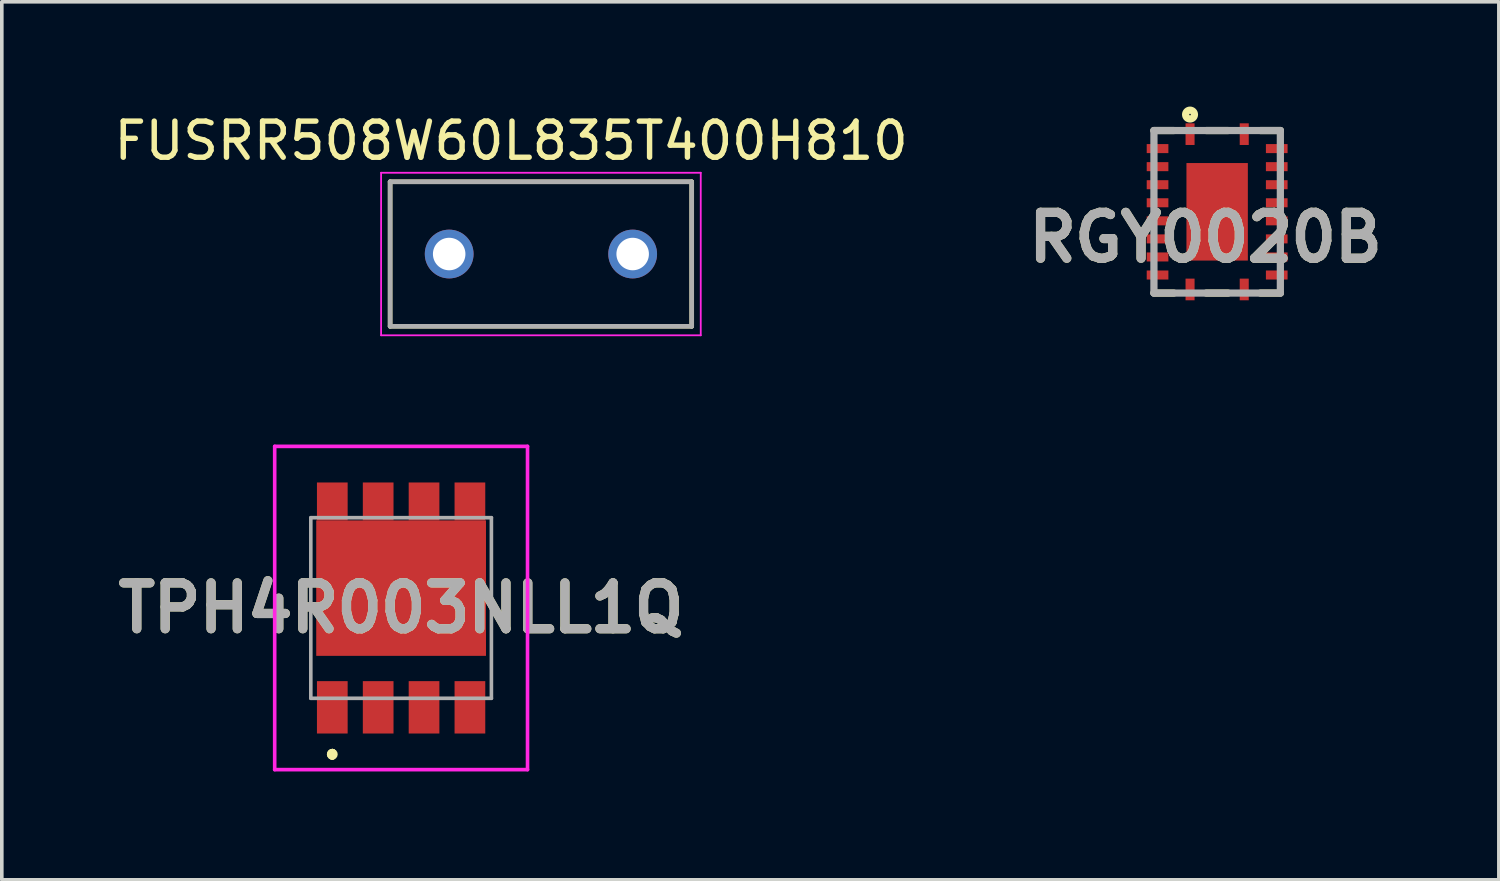
<source format=kicad_pcb>
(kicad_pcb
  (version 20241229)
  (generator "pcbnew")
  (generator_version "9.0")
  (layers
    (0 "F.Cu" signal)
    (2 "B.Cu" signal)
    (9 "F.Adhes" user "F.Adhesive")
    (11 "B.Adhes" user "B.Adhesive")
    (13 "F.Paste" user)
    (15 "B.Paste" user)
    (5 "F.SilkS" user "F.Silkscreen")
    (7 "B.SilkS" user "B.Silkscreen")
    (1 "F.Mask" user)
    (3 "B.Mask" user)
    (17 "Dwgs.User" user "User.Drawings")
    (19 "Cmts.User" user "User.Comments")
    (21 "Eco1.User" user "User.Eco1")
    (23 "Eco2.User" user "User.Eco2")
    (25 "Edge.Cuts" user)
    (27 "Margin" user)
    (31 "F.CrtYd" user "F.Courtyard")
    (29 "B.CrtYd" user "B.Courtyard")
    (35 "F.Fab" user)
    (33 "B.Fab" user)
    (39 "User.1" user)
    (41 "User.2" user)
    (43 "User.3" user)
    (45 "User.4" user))
  (footprint "RGY0020B"
    (layer "F.Cu")
    (at 30.648 2.814)
    (property "Reference" "RGY0020B" (at -0.323 0.711 0) (layer "F.SilkS") (effects (font (size 1.27 1.27) (thickness 0.254))))
    (attr smd)
    (fp_line (start -1.75 -2.25) (end -1.2 -2.25) (stroke (width 0.2) (type solid)) (layer "F.SilkS"))
    (fp_line (start -1.75 2.25) (end -1.2 2.25) (stroke (width 0.2) (type solid)) (layer "F.SilkS"))
    (fp_line (start -0.3 -2.25) (end 0.3 -2.25) (stroke (width 0.2) (type solid)) (layer "F.SilkS"))
    (fp_line (start -0.3 2.25) (end 0.3 2.25) (stroke (width 0.2) (type solid)) (layer "F.SilkS"))
    (fp_line (start 1.75 -2.25) (end 1.2 -2.25) (stroke (width 0.2) (type solid)) (layer "F.SilkS"))
    (fp_line (start 1.75 2.25) (end 1.2 2.25) (stroke (width 0.2) (type solid)) (layer "F.SilkS"))
    (fp_circle (center -0.751 -2.692) (end -0.751 -2.67) (stroke (width 0.2) (type solid)) (fill no) (layer "F.SilkS"))
    (fp_line (start -1.75 -2.25) (end 1.75 -2.25) (stroke (width 0.2) (type solid)) (layer "F.Fab"))
    (fp_line (start -1.75 2.25) (end -1.75 -2.25) (stroke (width 0.2) (type solid)) (layer "F.Fab"))
    (fp_line (start 1.75 -2.25) (end 1.75 2.25) (stroke (width 0.2) (type solid)) (layer "F.Fab"))
    (fp_line (start 1.75 2.25) (end -1.75 2.25) (stroke (width 0.2) (type solid)) (layer "F.Fab"))
    (fp_text user "${REFERENCE}" (at -0.323 0.711 0) (layer "F.Fab") (effects (font (size 1.27 1.27) (thickness 0.254))))
    (pad "1" smd rect (at -0.75 -2.15) (size 0.25 0.6) (layers "F.Cu" "F.Mask" "F.Paste"))
    (pad "2" smd rect (at -1.65 -1.75 90) (size 0.25 0.6) (layers "F.Cu" "F.Mask" "F.Paste"))
    (pad "3" smd rect (at -1.65 -1.25 90) (size 0.25 0.6) (layers "F.Cu" "F.Mask" "F.Paste"))
    (pad "4" smd rect (at -1.65 -0.75 90) (size 0.25 0.6) (layers "F.Cu" "F.Mask" "F.Paste"))
    (pad "5" smd rect (at -1.65 -0.25 90) (size 0.25 0.6) (layers "F.Cu" "F.Mask" "F.Paste"))
    (pad "6" smd rect (at -1.65 0.25 90) (size 0.25 0.6) (layers "F.Cu" "F.Mask" "F.Paste"))
    (pad "7" smd rect (at -1.65 0.75 90) (size 0.25 0.6) (layers "F.Cu" "F.Mask" "F.Paste"))
    (pad "8" smd rect (at -1.65 1.25 90) (size 0.25 0.6) (layers "F.Cu" "F.Mask" "F.Paste"))
    (pad "9" smd rect (at -1.65 1.75 90) (size 0.25 0.6) (layers "F.Cu" "F.Mask" "F.Paste"))
    (pad "10" smd rect (at -0.75 2.15) (size 0.25 0.6) (layers "F.Cu" "F.Mask" "F.Paste"))
    (pad "11" smd rect (at 0.75 2.15) (size 0.25 0.6) (layers "F.Cu" "F.Mask" "F.Paste"))
    (pad "12" smd rect (at 1.65 1.75 90) (size 0.25 0.6) (layers "F.Cu" "F.Mask" "F.Paste"))
    (pad "13" smd rect (at 1.65 1.25 90) (size 0.25 0.6) (layers "F.Cu" "F.Mask" "F.Paste"))
    (pad "14" smd rect (at 1.65 0.75 90) (size 0.25 0.6) (layers "F.Cu" "F.Mask" "F.Paste"))
    (pad "15" smd rect (at 1.65 0.25 90) (size 0.25 0.6) (layers "F.Cu" "F.Mask" "F.Paste"))
    (pad "16" smd rect (at 1.65 -0.25 90) (size 0.25 0.6) (layers "F.Cu" "F.Mask" "F.Paste"))
    (pad "17" smd rect (at 1.65 -0.75 90) (size 0.25 0.6) (layers "F.Cu" "F.Mask" "F.Paste"))
    (pad "18" smd rect (at 1.65 -1.25 90) (size 0.25 0.6) (layers "F.Cu" "F.Mask" "F.Paste"))
    (pad "19" smd rect (at 1.65 -1.75 90) (size 0.25 0.6) (layers "F.Cu" "F.Mask" "F.Paste"))
    (pad "20" smd rect (at 0.75 -2.15) (size 0.25 0.6) (layers "F.Cu" "F.Mask" "F.Paste"))
    (pad "21" smd rect (at 0 0) (size 1.7 2.7) (layers "F.Cu" "F.Mask" "F.Paste")))
  (footprint "TPH4R003NLL1Q"
    (layer "F.Cu")
    (at 8.055 13.783)
    (property "Reference" "TPH4R003NLL1Q" (at 0 0 0) (layer "F.SilkS") (effects (font (size 1.27 1.27) (thickness 0.254))))
    (attr smd)
    (fp_line (start -1.905 4) (end -1.905 4) (stroke (width 0.2) (type solid)) (layer "F.SilkS"))
    (fp_line (start -1.905 4) (end -1.905 4) (stroke (width 0.2) (type solid)) (layer "F.SilkS"))
    (fp_line (start -1.905 4.1) (end -1.905 4.1) (stroke (width 0.2) (type solid)) (layer "F.SilkS"))
    (fp_arc (start -1.905 4) (mid -1.855 4.05) (end -1.905 4.1) (stroke (width 0.2) (type solid)) (layer "F.SilkS"))
    (fp_arc (start -1.905 4.1) (mid -1.955 4.05) (end -1.905 4) (stroke (width 0.2) (type solid)) (layer "F.SilkS"))
    (fp_arc (start -1.905 4.1) (mid -1.955 4.05) (end -1.905 4) (stroke (width 0.2) (type solid)) (layer "F.SilkS"))
    (fp_line (start -3.5 -4.475) (end 3.5 -4.475) (stroke (width 0.1) (type solid)) (layer "F.CrtYd"))
    (fp_line (start -3.5 4.475) (end -3.5 -4.475) (stroke (width 0.1) (type solid)) (layer "F.CrtYd"))
    (fp_line (start 3.5 -4.475) (end 3.5 4.475) (stroke (width 0.1) (type solid)) (layer "F.CrtYd"))
    (fp_line (start 3.5 4.475) (end -3.5 4.475) (stroke (width 0.1) (type solid)) (layer "F.CrtYd"))
    (fp_line (start -2.5 -2.5) (end -2.5 2.5) (stroke (width 0.1) (type solid)) (layer "F.Fab"))
    (fp_line (start -2.5 2.5) (end 2.5 2.5) (stroke (width 0.1) (type solid)) (layer "F.Fab"))
    (fp_line (start 2.5 -2.5) (end -2.5 -2.5) (stroke (width 0.1) (type solid)) (layer "F.Fab"))
    (fp_line (start 2.5 2.5) (end 2.5 -2.5) (stroke (width 0.1) (type solid)) (layer "F.Fab"))
    (fp_text user "${REFERENCE}" (at 0 0 0) (layer "F.Fab") (effects (font (size 1.27 1.27) (thickness 0.254))))
    (pad "1" smd rect (at -1.905 2.75) (size 0.85 1.45) (layers "F.Cu" "F.Mask" "F.Paste"))
    (pad "2" smd rect (at -0.635 2.75) (size 0.85 1.45) (layers "F.Cu" "F.Mask" "F.Paste"))
    (pad "3" smd rect (at 0.635 2.75) (size 0.85 1.45) (layers "F.Cu" "F.Mask" "F.Paste"))
    (pad "4" smd rect (at 1.905 2.75) (size 0.85 1.45) (layers "F.Cu" "F.Mask" "F.Paste"))
    (pad "5" smd rect (at 1.905 -2.95) (size 0.85 1.05) (layers "F.Cu" "F.Mask" "F.Paste"))
    (pad "6" smd rect (at 0.635 -2.95) (size 0.85 1.05) (layers "F.Cu" "F.Mask" "F.Paste"))
    (pad "7" smd rect (at -0.635 -2.95) (size 0.85 1.05) (layers "F.Cu" "F.Mask" "F.Paste"))
    (pad "8" smd rect (at -1.905 -2.95) (size 0.85 1.05) (layers "F.Cu" "F.Mask" "F.Paste"))
    (pad "9" smd rect (at 0 -0.55 90) (size 3.75 4.7) (layers "F.Cu" "F.Mask" "F.Paste")))
  (footprint "FUSRR508W60L835T400H810"
    (layer "F.Cu")
    (at 11.926 3.983)
    (property "Reference" "FUSRR508W60L835T400H810" (at -0.825 -3.135 0) (layer "F.SilkS") (effects (font (size 1 1) (thickness 0.15))))
    (attr through_hole)
    (fp_line (start -4.175 -2) (end -4.175 2) (stroke (width 0.127) (type solid)) (layer "F.SilkS"))
    (fp_line (start -4.175 2) (end 4.175 2) (stroke (width 0.127) (type solid)) (layer "F.SilkS"))
    (fp_line (start 4.175 -2) (end -4.175 -2) (stroke (width 0.127) (type solid)) (layer "F.SilkS"))
    (fp_line (start 4.175 2) (end 4.175 -2) (stroke (width 0.127) (type solid)) (layer "F.SilkS"))
    (fp_line (start -4.425 -2.25) (end 4.425 -2.25) (stroke (width 0.05) (type solid)) (layer "F.CrtYd"))
    (fp_line (start -4.425 2.25) (end -4.425 -2.25) (stroke (width 0.05) (type solid)) (layer "F.CrtYd"))
    (fp_line (start 4.425 -2.25) (end 4.425 2.25) (stroke (width 0.05) (type solid)) (layer "F.CrtYd"))
    (fp_line (start 4.425 2.25) (end -4.425 2.25) (stroke (width 0.05) (type solid)) (layer "F.CrtYd"))
    (fp_line (start -4.175 -2) (end -4.175 2) (stroke (width 0.127) (type solid)) (layer "F.Fab"))
    (fp_line (start -4.175 2) (end 4.175 2) (stroke (width 0.127) (type solid)) (layer "F.Fab"))
    (fp_line (start 4.175 -2) (end -4.175 -2) (stroke (width 0.127) (type solid)) (layer "F.Fab"))
    (fp_line (start 4.175 2) (end 4.175 -2) (stroke (width 0.127) (type solid)) (layer "F.Fab"))
    (pad "1" thru_hole circle (at -2.54 0) (size 1.35 1.35) (drill 0.9) (layers "*.Cu" "*.Mask"))
    (pad "2" thru_hole circle (at 2.54 0) (size 1.35 1.35) (drill 0.9) (layers "*.Cu" "*.Mask")))
  (gr_rect
    (start -3 -3)
    (end 38.447 21.308)
    (stroke (width 0.1) (type default))
    (fill no)
    (layer "Edge.Cuts")))
</source>
